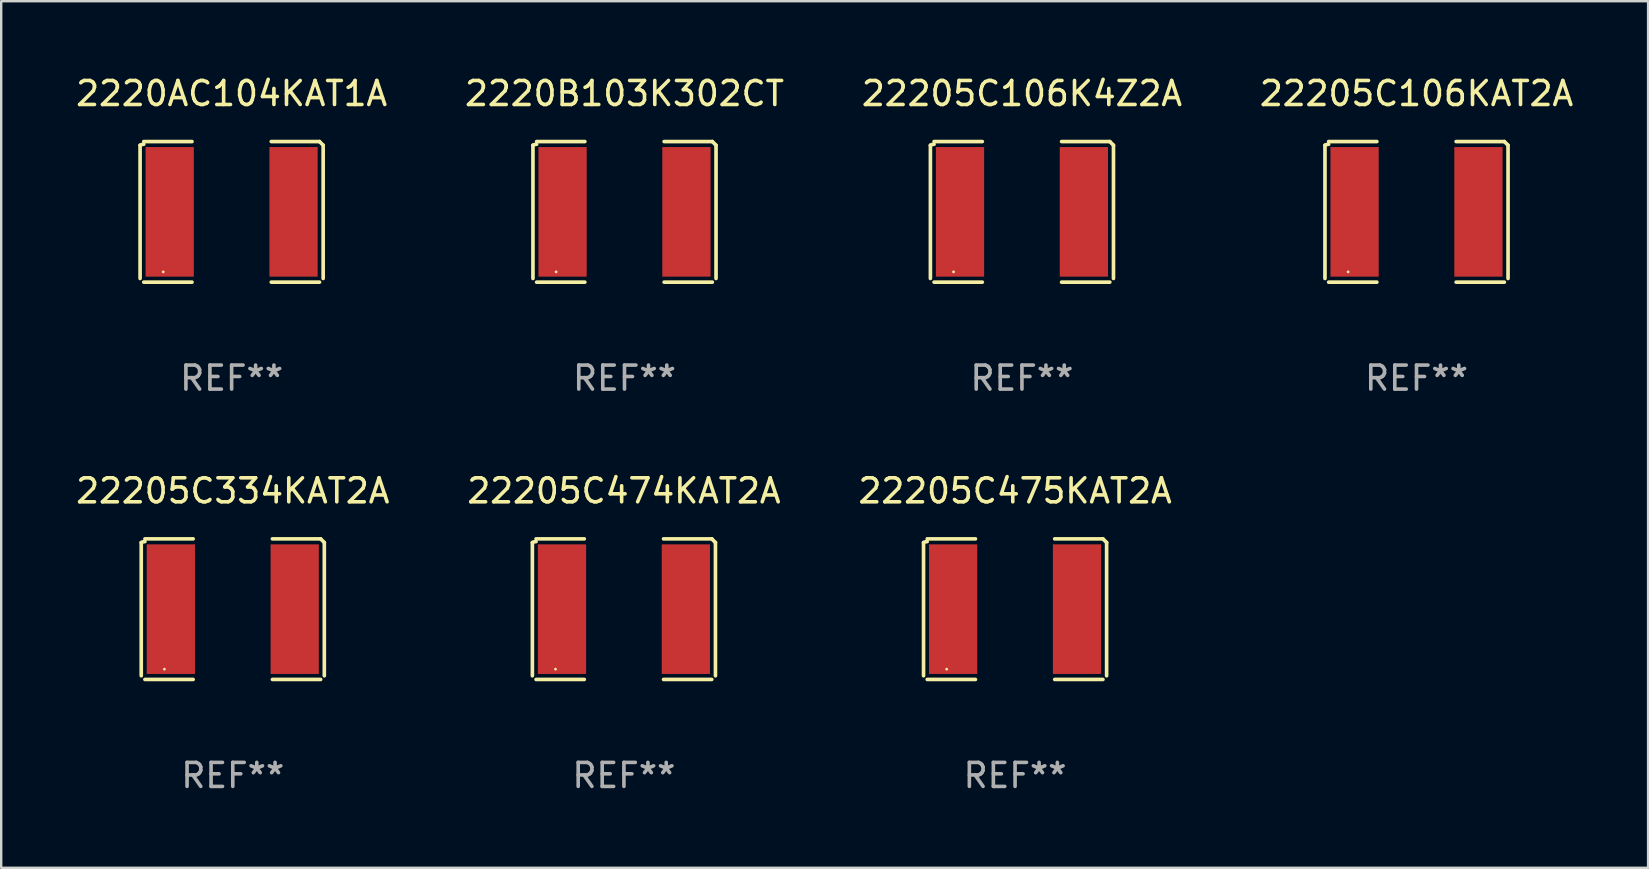
<source format=kicad_pcb>
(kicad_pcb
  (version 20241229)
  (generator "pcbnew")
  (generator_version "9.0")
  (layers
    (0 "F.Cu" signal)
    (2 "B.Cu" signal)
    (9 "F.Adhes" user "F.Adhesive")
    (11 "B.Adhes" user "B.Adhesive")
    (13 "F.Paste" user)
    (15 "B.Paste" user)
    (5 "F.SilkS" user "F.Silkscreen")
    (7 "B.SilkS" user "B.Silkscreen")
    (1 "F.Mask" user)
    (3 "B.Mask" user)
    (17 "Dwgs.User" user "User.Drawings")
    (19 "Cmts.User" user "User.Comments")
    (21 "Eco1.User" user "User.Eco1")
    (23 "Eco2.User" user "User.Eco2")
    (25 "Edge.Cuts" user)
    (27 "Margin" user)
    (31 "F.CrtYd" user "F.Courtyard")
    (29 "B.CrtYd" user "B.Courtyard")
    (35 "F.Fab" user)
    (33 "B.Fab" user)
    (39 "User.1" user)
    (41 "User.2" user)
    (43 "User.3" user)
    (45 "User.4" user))
  (footprint "22205C474KAT2A"
    (layer "F.Cu")
    (at 22.946 22.331)
    (property "Reference" "22205C474KAT2A" (at 0 -4.929 0) (layer "F.SilkS") (effects (font (size 1 1) (thickness 0.15))))
    (attr through_hole)
    (fp_line (start -3.814 2.776) (end -3.814 -2.776) (stroke (width 0.152) (type solid)) (layer "F.SilkS"))
    (fp_line (start -3.661 -2.929) (end -1.651 -2.929) (stroke (width 0.152) (type solid)) (layer "F.SilkS"))
    (fp_line (start -1.651 2.929) (end -3.661 2.929) (stroke (width 0.152) (type solid)) (layer "F.SilkS"))
    (fp_line (start 1.651 2.929) (end 3.661 2.929) (stroke (width 0.152) (type solid)) (layer "F.SilkS"))
    (fp_line (start 3.661 -2.929) (end 1.651 -2.929) (stroke (width 0.152) (type solid)) (layer "F.SilkS"))
    (fp_line (start 3.814 2.776) (end 3.814 -2.776) (stroke (width 0.152) (type solid)) (layer "F.SilkS"))
    (fp_arc (start -3.813614 -2.7762) (mid -3.739925 -2.805625) (end -3.661214 -2.815646) (stroke (width 0.1524) (type solid)) (layer "F.SilkS"))
    (fp_arc (start 3.661214 -2.9286) (mid 3.737425 -2.852411) (end 3.813614 -2.7762) (stroke (width 0.1524) (type solid)) (layer "F.SilkS"))
    (fp_circle (center -2.85 2.5) (end -2.82 2.5) (stroke (width 0.06) (type solid)) (fill no) (layer "F.SilkS"))
    (fp_text user "REF**" (at 0 6.929 0) (layer "F.Fab") (effects (font (size 1 1) (thickness 0.15))))
    (pad "1" smd rect (at -2.58 0) (size 2.01 5.4) (layers "F.Cu" "F.Mask" "F.Paste"))
    (pad "2" smd rect (at 2.58 0) (size 2.01 5.4) (layers "F.Cu" "F.Mask" "F.Paste")))
  (footprint "22205C106K4Z2A"
    (layer "F.Cu")
    (at 39.53 5.777)
    (property "Reference" "22205C106K4Z2A" (at 0 -4.929 0) (layer "F.SilkS") (effects (font (size 1 1) (thickness 0.15))))
    (attr through_hole)
    (fp_line (start -3.814 2.776) (end -3.814 -2.776) (stroke (width 0.152) (type solid)) (layer "F.SilkS"))
    (fp_line (start -3.661 -2.929) (end -1.651 -2.929) (stroke (width 0.152) (type solid)) (layer "F.SilkS"))
    (fp_line (start -1.651 2.929) (end -3.661 2.929) (stroke (width 0.152) (type solid)) (layer "F.SilkS"))
    (fp_line (start 1.651 2.929) (end 3.661 2.929) (stroke (width 0.152) (type solid)) (layer "F.SilkS"))
    (fp_line (start 3.661 -2.929) (end 1.651 -2.929) (stroke (width 0.152) (type solid)) (layer "F.SilkS"))
    (fp_line (start 3.814 2.776) (end 3.814 -2.776) (stroke (width 0.152) (type solid)) (layer "F.SilkS"))
    (fp_arc (start -3.813614 -2.7762) (mid -3.739925 -2.805625) (end -3.661214 -2.815646) (stroke (width 0.1524) (type solid)) (layer "F.SilkS"))
    (fp_arc (start 3.661214 -2.9286) (mid 3.737425 -2.852411) (end 3.813614 -2.7762) (stroke (width 0.1524) (type solid)) (layer "F.SilkS"))
    (fp_circle (center -2.85 2.5) (end -2.82 2.5) (stroke (width 0.06) (type solid)) (fill no) (layer "F.SilkS"))
    (fp_text user "REF**" (at 0 6.929 0) (layer "F.Fab") (effects (font (size 1 1) (thickness 0.15))))
    (pad "1" smd rect (at -2.58 0) (size 2.01 5.4) (layers "F.Cu" "F.Mask" "F.Paste"))
    (pad "2" smd rect (at 2.58 0) (size 2.01 5.4) (layers "F.Cu" "F.Mask" "F.Paste")))
  (footprint "2220AC104KAT1A"
    (layer "F.Cu")
    (at 6.601 5.777)
    (property "Reference" "2220AC104KAT1A" (at 0 -4.929 0) (layer "F.SilkS") (effects (font (size 1 1) (thickness 0.15))))
    (attr through_hole)
    (fp_line (start -3.814 2.776) (end -3.814 -2.776) (stroke (width 0.152) (type solid)) (layer "F.SilkS"))
    (fp_line (start -3.661 -2.929) (end -1.651 -2.929) (stroke (width 0.152) (type solid)) (layer "F.SilkS"))
    (fp_line (start -1.651 2.929) (end -3.661 2.929) (stroke (width 0.152) (type solid)) (layer "F.SilkS"))
    (fp_line (start 1.651 2.929) (end 3.661 2.929) (stroke (width 0.152) (type solid)) (layer "F.SilkS"))
    (fp_line (start 3.661 -2.929) (end 1.651 -2.929) (stroke (width 0.152) (type solid)) (layer "F.SilkS"))
    (fp_line (start 3.814 2.776) (end 3.814 -2.776) (stroke (width 0.152) (type solid)) (layer "F.SilkS"))
    (fp_arc (start -3.813614 -2.7762) (mid -3.739925 -2.805625) (end -3.661214 -2.815646) (stroke (width 0.1524) (type solid)) (layer "F.SilkS"))
    (fp_arc (start 3.661214 -2.9286) (mid 3.737425 -2.852411) (end 3.813614 -2.7762) (stroke (width 0.1524) (type solid)) (layer "F.SilkS"))
    (fp_circle (center -2.85 2.5) (end -2.82 2.5) (stroke (width 0.06) (type solid)) (fill no) (layer "F.SilkS"))
    (fp_text user "REF**" (at 0 6.929 0) (layer "F.Fab") (effects (font (size 1 1) (thickness 0.15))))
    (pad "1" smd rect (at -2.58 0) (size 2.01 5.4) (layers "F.Cu" "F.Mask" "F.Paste"))
    (pad "2" smd rect (at 2.58 0) (size 2.01 5.4) (layers "F.Cu" "F.Mask" "F.Paste")))
  (footprint "22205C334KAT2A"
    (layer "F.Cu")
    (at 6.649 22.331)
    (property "Reference" "22205C334KAT2A" (at 0 -4.929 0) (layer "F.SilkS") (effects (font (size 1 1) (thickness 0.15))))
    (attr through_hole)
    (fp_line (start -3.814 2.776) (end -3.814 -2.776) (stroke (width 0.152) (type solid)) (layer "F.SilkS"))
    (fp_line (start -3.661 -2.929) (end -1.651 -2.929) (stroke (width 0.152) (type solid)) (layer "F.SilkS"))
    (fp_line (start -1.651 2.929) (end -3.661 2.929) (stroke (width 0.152) (type solid)) (layer "F.SilkS"))
    (fp_line (start 1.651 2.929) (end 3.661 2.929) (stroke (width 0.152) (type solid)) (layer "F.SilkS"))
    (fp_line (start 3.661 -2.929) (end 1.651 -2.929) (stroke (width 0.152) (type solid)) (layer "F.SilkS"))
    (fp_line (start 3.814 2.776) (end 3.814 -2.776) (stroke (width 0.152) (type solid)) (layer "F.SilkS"))
    (fp_arc (start -3.813614 -2.7762) (mid -3.739925 -2.805625) (end -3.661214 -2.815646) (stroke (width 0.1524) (type solid)) (layer "F.SilkS"))
    (fp_arc (start 3.661214 -2.9286) (mid 3.737425 -2.852411) (end 3.813614 -2.7762) (stroke (width 0.1524) (type solid)) (layer "F.SilkS"))
    (fp_circle (center -2.85 2.5) (end -2.82 2.5) (stroke (width 0.06) (type solid)) (fill no) (layer "F.SilkS"))
    (fp_text user "REF**" (at 0 6.929 0) (layer "F.Fab") (effects (font (size 1 1) (thickness 0.15))))
    (pad "1" smd rect (at -2.58 0) (size 2.01 5.4) (layers "F.Cu" "F.Mask" "F.Paste"))
    (pad "2" smd rect (at 2.58 0) (size 2.01 5.4) (layers "F.Cu" "F.Mask" "F.Paste")))
  (footprint "2220B103K302CT"
    (layer "F.Cu")
    (at 22.97 5.777)
    (property "Reference" "2220B103K302CT" (at 0 -4.929 0) (layer "F.SilkS") (effects (font (size 1 1) (thickness 0.15))))
    (attr through_hole)
    (fp_line (start -3.814 2.776) (end -3.814 -2.776) (stroke (width 0.152) (type solid)) (layer "F.SilkS"))
    (fp_line (start -3.661 -2.929) (end -1.651 -2.929) (stroke (width 0.152) (type solid)) (layer "F.SilkS"))
    (fp_line (start -1.651 2.929) (end -3.661 2.929) (stroke (width 0.152) (type solid)) (layer "F.SilkS"))
    (fp_line (start 1.651 2.929) (end 3.661 2.929) (stroke (width 0.152) (type solid)) (layer "F.SilkS"))
    (fp_line (start 3.661 -2.929) (end 1.651 -2.929) (stroke (width 0.152) (type solid)) (layer "F.SilkS"))
    (fp_line (start 3.814 2.776) (end 3.814 -2.776) (stroke (width 0.152) (type solid)) (layer "F.SilkS"))
    (fp_arc (start -3.813614 -2.7762) (mid -3.739925 -2.805625) (end -3.661214 -2.815646) (stroke (width 0.1524) (type solid)) (layer "F.SilkS"))
    (fp_arc (start 3.661214 -2.9286) (mid 3.737425 -2.852411) (end 3.813614 -2.7762) (stroke (width 0.1524) (type solid)) (layer "F.SilkS"))
    (fp_circle (center -2.85 2.5) (end -2.82 2.5) (stroke (width 0.06) (type solid)) (fill no) (layer "F.SilkS"))
    (fp_text user "REF**" (at 0 6.929 0) (layer "F.Fab") (effects (font (size 1 1) (thickness 0.15))))
    (pad "1" smd rect (at -2.58 0) (size 2.01 5.4) (layers "F.Cu" "F.Mask" "F.Paste"))
    (pad "2" smd rect (at 2.58 0) (size 2.01 5.4) (layers "F.Cu" "F.Mask" "F.Paste")))
  (footprint "22205C475KAT2A"
    (layer "F.Cu")
    (at 39.244 22.331)
    (property "Reference" "22205C475KAT2A" (at 0 -4.929 0) (layer "F.SilkS") (effects (font (size 1 1) (thickness 0.15))))
    (attr through_hole)
    (fp_line (start -3.814 2.776) (end -3.814 -2.776) (stroke (width 0.152) (type solid)) (layer "F.SilkS"))
    (fp_line (start -3.661 -2.929) (end -1.651 -2.929) (stroke (width 0.152) (type solid)) (layer "F.SilkS"))
    (fp_line (start -1.651 2.929) (end -3.661 2.929) (stroke (width 0.152) (type solid)) (layer "F.SilkS"))
    (fp_line (start 1.651 2.929) (end 3.661 2.929) (stroke (width 0.152) (type solid)) (layer "F.SilkS"))
    (fp_line (start 3.661 -2.929) (end 1.651 -2.929) (stroke (width 0.152) (type solid)) (layer "F.SilkS"))
    (fp_line (start 3.814 2.776) (end 3.814 -2.776) (stroke (width 0.152) (type solid)) (layer "F.SilkS"))
    (fp_arc (start -3.813614 -2.7762) (mid -3.739925 -2.805625) (end -3.661214 -2.815646) (stroke (width 0.1524) (type solid)) (layer "F.SilkS"))
    (fp_arc (start 3.661214 -2.9286) (mid 3.737425 -2.852411) (end 3.813614 -2.7762) (stroke (width 0.1524) (type solid)) (layer "F.SilkS"))
    (fp_circle (center -2.85 2.5) (end -2.82 2.5) (stroke (width 0.06) (type solid)) (fill no) (layer "F.SilkS"))
    (fp_text user "REF**" (at 0 6.929 0) (layer "F.Fab") (effects (font (size 1 1) (thickness 0.15))))
    (pad "1" smd rect (at -2.58 0) (size 2.01 5.4) (layers "F.Cu" "F.Mask" "F.Paste"))
    (pad "2" smd rect (at 2.58 0) (size 2.01 5.4) (layers "F.Cu" "F.Mask" "F.Paste")))
  (footprint "22205C106KAT2A"
    (layer "F.Cu")
    (at 55.97 5.777)
    (property "Reference" "22205C106KAT2A" (at 0 -4.929 0) (layer "F.SilkS") (effects (font (size 1 1) (thickness 0.15))))
    (attr through_hole)
    (fp_line (start -3.814 2.776) (end -3.814 -2.776) (stroke (width 0.152) (type solid)) (layer "F.SilkS"))
    (fp_line (start -3.661 -2.929) (end -1.651 -2.929) (stroke (width 0.152) (type solid)) (layer "F.SilkS"))
    (fp_line (start -1.651 2.929) (end -3.661 2.929) (stroke (width 0.152) (type solid)) (layer "F.SilkS"))
    (fp_line (start 1.651 2.929) (end 3.661 2.929) (stroke (width 0.152) (type solid)) (layer "F.SilkS"))
    (fp_line (start 3.661 -2.929) (end 1.651 -2.929) (stroke (width 0.152) (type solid)) (layer "F.SilkS"))
    (fp_line (start 3.814 2.776) (end 3.814 -2.776) (stroke (width 0.152) (type solid)) (layer "F.SilkS"))
    (fp_arc (start -3.813614 -2.7762) (mid -3.739925 -2.805625) (end -3.661214 -2.815646) (stroke (width 0.1524) (type solid)) (layer "F.SilkS"))
    (fp_arc (start 3.661214 -2.9286) (mid 3.737425 -2.852411) (end 3.813614 -2.7762) (stroke (width 0.1524) (type solid)) (layer "F.SilkS"))
    (fp_circle (center -2.85 2.5) (end -2.82 2.5) (stroke (width 0.06) (type solid)) (fill no) (layer "F.SilkS"))
    (fp_text user "REF**" (at 0 6.929 0) (layer "F.Fab") (effects (font (size 1 1) (thickness 0.15))))
    (pad "1" smd rect (at -2.58 0) (size 2.01 5.4) (layers "F.Cu" "F.Mask" "F.Paste"))
    (pad "2" smd rect (at 2.58 0) (size 2.01 5.4) (layers "F.Cu" "F.Mask" "F.Paste")))
  (gr_rect
    (start -3 -3)
    (end 65.619 33.107)
    (stroke (width 0.1) (type default))
    (fill no)
    (layer "Edge.Cuts")))
</source>
